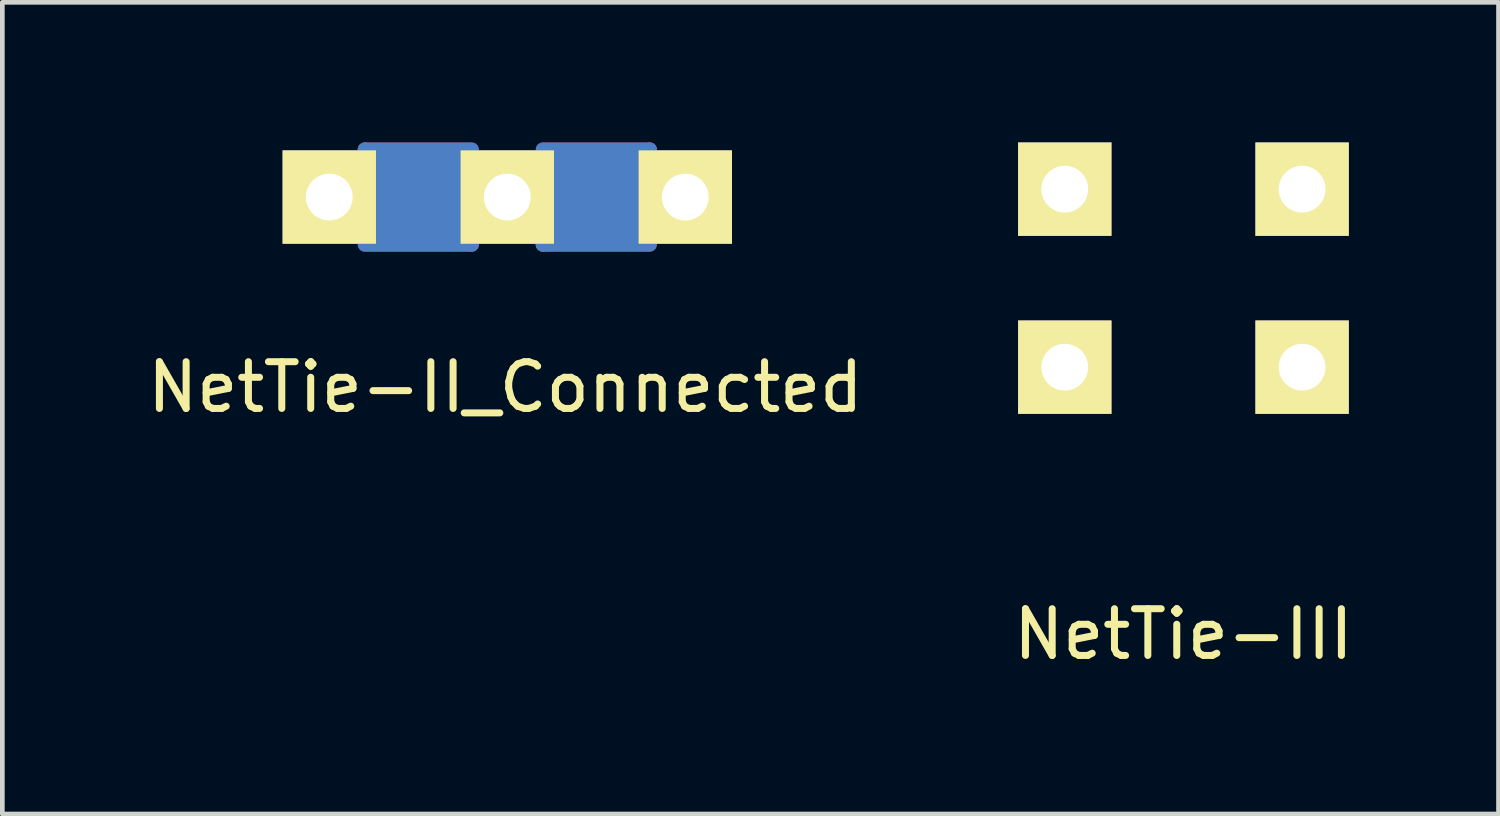
<source format=kicad_pcb>
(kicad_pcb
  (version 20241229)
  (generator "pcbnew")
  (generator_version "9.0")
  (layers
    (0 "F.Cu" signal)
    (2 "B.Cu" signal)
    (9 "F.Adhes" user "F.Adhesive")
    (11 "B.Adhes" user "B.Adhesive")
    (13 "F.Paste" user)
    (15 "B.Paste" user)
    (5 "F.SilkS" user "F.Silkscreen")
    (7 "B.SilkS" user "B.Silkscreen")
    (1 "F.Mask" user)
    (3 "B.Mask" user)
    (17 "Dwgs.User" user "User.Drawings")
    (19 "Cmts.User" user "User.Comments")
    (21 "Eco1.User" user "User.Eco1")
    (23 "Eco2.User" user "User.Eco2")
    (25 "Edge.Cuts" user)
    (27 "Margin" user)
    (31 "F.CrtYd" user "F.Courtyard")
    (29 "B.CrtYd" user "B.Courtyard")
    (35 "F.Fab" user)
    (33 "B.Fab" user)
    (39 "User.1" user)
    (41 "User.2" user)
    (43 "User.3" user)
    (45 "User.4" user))
  (footprint "NetTie-III"
    (layer "F.Cu")
    (at 22.28 2.904)
    (property "Reference" "NetTie-III" (at 0 7.62 0) (layer "F.SilkS") (effects (font (size 1 1) (thickness 0.15))))
    (attr through_hole)
    (pad "1" thru_hole rect (at -2.54 -1.905) (size 1.999 1.999) (drill 1.001) (layers "*.Cu" "*.Mask" "F.SilkS"))
    (pad "2" thru_hole rect (at -2.54 1.905) (size 1.999 1.999) (drill 1.001) (layers "*.Cu" "*.Mask" "F.SilkS"))
    (pad "3" thru_hole rect (at 2.54 -1.905) (size 1.999 1.999) (drill 1.001) (layers "*.Cu" "*.Mask" "F.SilkS"))
    (pad "4" thru_hole rect (at 2.54 1.905) (size 1.999 1.999) (drill 1.001) (layers "*.Cu" "*.Mask" "F.SilkS")))
  (footprint "NetTie-II_Connected"
    (layer "F.Cu")
    (at 7.808 1.168)
    (property "Reference" "NetTie-II_Connected" (at -0.041 4.069 0) (layer "F.SilkS") (effects (font (size 1 1) (thickness 0.15))))
    (attr through_hole)
    (fp_line (start -3.048 -1.016) (end -0.762 -1.016) (stroke (width 0.305) (type solid)) (layer "F.Cu"))
    (fp_line (start -3.048 -0.762) (end -3.048 -1.016) (stroke (width 0.305) (type solid)) (layer "F.Cu"))
    (fp_line (start -3.048 -0.508) (end -0.762 -0.508) (stroke (width 0.305) (type solid)) (layer "F.Cu"))
    (fp_line (start -3.048 -0.254) (end -3.048 -0.508) (stroke (width 0.305) (type solid)) (layer "F.Cu"))
    (fp_line (start -3.048 0) (end -0.762 0) (stroke (width 0.305) (type solid)) (layer "F.Cu"))
    (fp_line (start -3.048 0.254) (end -3.048 0) (stroke (width 0.305) (type solid)) (layer "F.Cu"))
    (fp_line (start -3.048 0.508) (end -0.762 0.508) (stroke (width 0.305) (type solid)) (layer "F.Cu"))
    (fp_line (start -3.048 0.762) (end -3.048 0.508) (stroke (width 0.305) (type solid)) (layer "F.Cu"))
    (fp_line (start -3.048 1.016) (end -0.762 1.016) (stroke (width 0.305) (type solid)) (layer "F.Cu"))
    (fp_line (start -0.762 -0.762) (end -3.048 -0.762) (stroke (width 0.305) (type solid)) (layer "F.Cu"))
    (fp_line (start -0.762 -0.508) (end -0.762 -0.762) (stroke (width 0.305) (type solid)) (layer "F.Cu"))
    (fp_line (start -0.762 -0.254) (end -3.048 -0.254) (stroke (width 0.305) (type solid)) (layer "F.Cu"))
    (fp_line (start -0.762 0) (end -0.762 -0.254) (stroke (width 0.305) (type solid)) (layer "F.Cu"))
    (fp_line (start -0.762 0.254) (end -3.048 0.254) (stroke (width 0.305) (type solid)) (layer "F.Cu"))
    (fp_line (start -0.762 0.508) (end -0.762 0.254) (stroke (width 0.305) (type solid)) (layer "F.Cu"))
    (fp_line (start -0.762 0.762) (end -3.048 0.762) (stroke (width 0.305) (type solid)) (layer "F.Cu"))
    (fp_line (start -0.762 1.016) (end -0.762 0.762) (stroke (width 0.305) (type solid)) (layer "F.Cu"))
    (fp_line (start 0.762 -1.016) (end 3.048 -1.016) (stroke (width 0.305) (type solid)) (layer "F.Cu"))
    (fp_line (start 0.762 -0.762) (end 0.762 -0.508) (stroke (width 0.305) (type solid)) (layer "F.Cu"))
    (fp_line (start 0.762 -0.508) (end 3.048 -0.508) (stroke (width 0.305) (type solid)) (layer "F.Cu"))
    (fp_line (start 0.762 -0.254) (end 0.762 0) (stroke (width 0.305) (type solid)) (layer "F.Cu"))
    (fp_line (start 0.762 0) (end 3.048 0) (stroke (width 0.305) (type solid)) (layer "F.Cu"))
    (fp_line (start 0.762 0.254) (end 0.762 0.508) (stroke (width 0.305) (type solid)) (layer "F.Cu"))
    (fp_line (start 0.762 0.508) (end 3.048 0.508) (stroke (width 0.305) (type solid)) (layer "F.Cu"))
    (fp_line (start 0.762 0.762) (end 0.762 1.016) (stroke (width 0.305) (type solid)) (layer "F.Cu"))
    (fp_line (start 0.762 1.016) (end 3.048 1.016) (stroke (width 0.305) (type solid)) (layer "F.Cu"))
    (fp_line (start 3.048 -1.016) (end 3.048 -0.762) (stroke (width 0.305) (type solid)) (layer "F.Cu"))
    (fp_line (start 3.048 -0.762) (end 0.762 -0.762) (stroke (width 0.305) (type solid)) (layer "F.Cu"))
    (fp_line (start 3.048 -0.508) (end 3.048 -0.254) (stroke (width 0.305) (type solid)) (layer "F.Cu"))
    (fp_line (start 3.048 -0.254) (end 0.762 -0.254) (stroke (width 0.305) (type solid)) (layer "F.Cu"))
    (fp_line (start 3.048 0) (end 3.048 0.254) (stroke (width 0.305) (type solid)) (layer "F.Cu"))
    (fp_line (start 3.048 0.254) (end 0.762 0.254) (stroke (width 0.305) (type solid)) (layer "F.Cu"))
    (fp_line (start 3.048 0.508) (end 3.048 0.762) (stroke (width 0.305) (type solid)) (layer "F.Cu"))
    (fp_line (start 3.048 0.762) (end 0.762 0.762) (stroke (width 0.305) (type solid)) (layer "F.Cu"))
    (fp_line (start -3.048 -1.016) (end -0.762 -1.016) (stroke (width 0.305) (type solid)) (layer "B.Cu"))
    (fp_line (start -3.048 -0.762) (end -3.048 -1.016) (stroke (width 0.305) (type solid)) (layer "B.Cu"))
    (fp_line (start -3.048 -0.508) (end -0.762 -0.508) (stroke (width 0.305) (type solid)) (layer "B.Cu"))
    (fp_line (start -3.048 -0.254) (end -3.048 -0.508) (stroke (width 0.305) (type solid)) (layer "B.Cu"))
    (fp_line (start -3.048 0) (end -0.762 0) (stroke (width 0.305) (type solid)) (layer "B.Cu"))
    (fp_line (start -3.048 0.254) (end -3.048 0) (stroke (width 0.305) (type solid)) (layer "B.Cu"))
    (fp_line (start -3.048 0.508) (end -0.762 0.508) (stroke (width 0.305) (type solid)) (layer "B.Cu"))
    (fp_line (start -3.048 0.762) (end -3.048 0.508) (stroke (width 0.305) (type solid)) (layer "B.Cu"))
    (fp_line (start -3.048 1.016) (end -0.762 1.016) (stroke (width 0.305) (type solid)) (layer "B.Cu"))
    (fp_line (start -0.762 -0.762) (end -3.048 -0.762) (stroke (width 0.305) (type solid)) (layer "B.Cu"))
    (fp_line (start -0.762 -0.508) (end -0.762 -0.762) (stroke (width 0.305) (type solid)) (layer "B.Cu"))
    (fp_line (start -0.762 -0.254) (end -3.048 -0.254) (stroke (width 0.305) (type solid)) (layer "B.Cu"))
    (fp_line (start -0.762 0) (end -0.762 -0.254) (stroke (width 0.305) (type solid)) (layer "B.Cu"))
    (fp_line (start -0.762 0.254) (end -3.048 0.254) (stroke (width 0.305) (type solid)) (layer "B.Cu"))
    (fp_line (start -0.762 0.508) (end -0.762 0.254) (stroke (width 0.305) (type solid)) (layer "B.Cu"))
    (fp_line (start -0.762 0.762) (end -3.048 0.762) (stroke (width 0.305) (type solid)) (layer "B.Cu"))
    (fp_line (start -0.762 1.016) (end -0.762 0.762) (stroke (width 0.305) (type solid)) (layer "B.Cu"))
    (fp_line (start 0.762 -1.016) (end 3.048 -1.016) (stroke (width 0.305) (type solid)) (layer "B.Cu"))
    (fp_line (start 0.762 -0.762) (end 0.762 -0.508) (stroke (width 0.305) (type solid)) (layer "B.Cu"))
    (fp_line (start 0.762 -0.508) (end 3.048 -0.508) (stroke (width 0.305) (type solid)) (layer "B.Cu"))
    (fp_line (start 0.762 -0.254) (end 0.762 0) (stroke (width 0.305) (type solid)) (layer "B.Cu"))
    (fp_line (start 0.762 0) (end 3.048 0) (stroke (width 0.305) (type solid)) (layer "B.Cu"))
    (fp_line (start 0.762 0.254) (end 0.762 0.508) (stroke (width 0.305) (type solid)) (layer "B.Cu"))
    (fp_line (start 0.762 0.508) (end 3.048 0.508) (stroke (width 0.305) (type solid)) (layer "B.Cu"))
    (fp_line (start 0.762 0.762) (end 0.762 1.016) (stroke (width 0.305) (type solid)) (layer "B.Cu"))
    (fp_line (start 0.762 1.016) (end 3.048 1.016) (stroke (width 0.305) (type solid)) (layer "B.Cu"))
    (fp_line (start 3.048 -1.016) (end 3.048 -0.762) (stroke (width 0.305) (type solid)) (layer "B.Cu"))
    (fp_line (start 3.048 -0.762) (end 0.762 -0.762) (stroke (width 0.305) (type solid)) (layer "B.Cu"))
    (fp_line (start 3.048 -0.508) (end 3.048 -0.254) (stroke (width 0.305) (type solid)) (layer "B.Cu"))
    (fp_line (start 3.048 -0.254) (end 0.762 -0.254) (stroke (width 0.305) (type solid)) (layer "B.Cu"))
    (fp_line (start 3.048 0) (end 3.048 0.254) (stroke (width 0.305) (type solid)) (layer "B.Cu"))
    (fp_line (start 3.048 0.254) (end 0.762 0.254) (stroke (width 0.305) (type solid)) (layer "B.Cu"))
    (fp_line (start 3.048 0.508) (end 3.048 0.762) (stroke (width 0.305) (type solid)) (layer "B.Cu"))
    (fp_line (start 3.048 0.762) (end 0.762 0.762) (stroke (width 0.305) (type solid)) (layer "B.Cu"))
    (pad "1" thru_hole rect (at -3.81 0) (size 1.999 1.999) (drill 1.001) (layers "*.Cu" "*.Mask" "F.SilkS"))
    (pad "2" thru_hole rect (at 0 0) (size 1.999 1.999) (drill 1.001) (layers "*.Cu" "*.Mask" "F.SilkS"))
    (pad "3" thru_hole rect (at 3.81 0) (size 1.999 1.999) (drill 1.001) (layers "*.Cu" "*.Mask" "F.SilkS")))
  (gr_rect
    (start -3 -3)
    (end 29.024 14.373)
    (stroke (width 0.1) (type default))
    (fill no)
    (layer "Edge.Cuts")))
</source>
